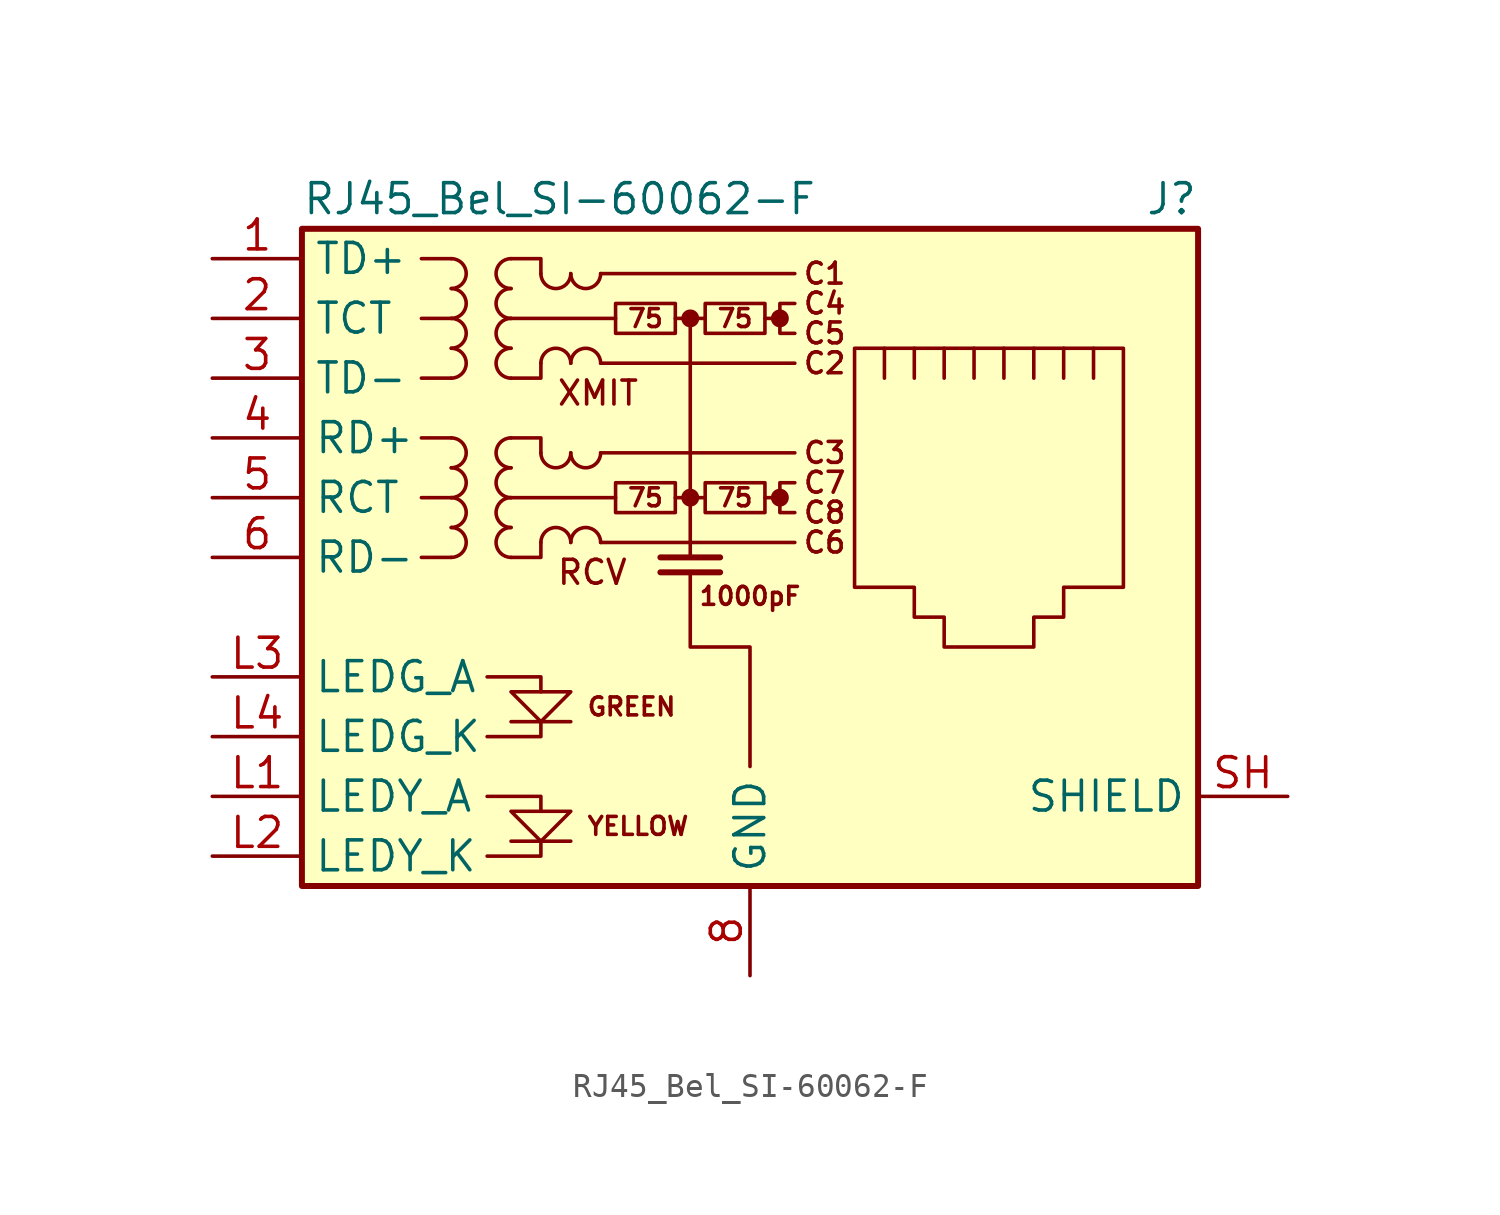
<source format=kicad_sym>
(kicad_symbol_lib
  (version 20220914)
  (generator kicad_symbol_editor)
  (symbol "RJ45_Bel_SI-60062-F"
    (property "Reference" "J"
      (at 19.05 15.24 0)
      (effects (font (size 1.27 1.27)) (justify right)))
    (property "Value" "RJ45_Bel_SI-60062-F"
      (at -19.05 15.24 0)
      (effects (font (size 1.27 1.27)) (justify left)))
    (symbol "RJ45_Bel_SI-60062-F_0_0"
      (circle (center -2.54 2.54) (radius 0.254) (stroke (width 0.254) (type solid)) (fill (type outline)))
      (circle (center -2.54 10.16) (radius 0.254) (stroke (width 0.254) (type solid)) (fill (type outline)))
      (polyline (pts (xy -7.62 -12.065) (xy -10.16 -12.065)) (stroke (width 0) (type solid)) (fill (type none)))
      (polyline (pts (xy -7.62 -6.985) (xy -10.16 -6.985)) (stroke (width 0) (type solid)) (fill (type none)))
      (polyline (pts (xy -2.54 10.16) (xy -2.54 0)) (stroke (width 0) (type solid)) (fill (type none)))
      (polyline (pts (xy -1.27 -0.635) (xy -3.81 -0.635)) (stroke (width 0.254) (type solid)) (fill (type none)))
      (polyline (pts (xy -1.27 0) (xy -3.81 0)) (stroke (width 0.254) (type solid)) (fill (type none)))
      (polyline (pts (xy 1.27 2.54) (xy 0.635 2.54)) (stroke (width 0) (type solid)) (fill (type none)))
      (polyline (pts (xy 1.27 10.16) (xy 0.635 10.16)) (stroke (width 0) (type solid)) (fill (type none)))
      (polyline (pts (xy -11.176 -12.7) (xy -8.89 -12.7) (xy -8.89 -12.065)) (stroke (width 0) (type solid)) (fill (type none)))
      (polyline (pts (xy -11.176 -10.16) (xy -8.89 -10.16) (xy -8.89 -10.795)) (stroke (width 0) (type solid)) (fill (type none)))
      (polyline (pts (xy -11.176 -5.08) (xy -8.89 -5.08) (xy -8.89 -5.715)) (stroke (width 0) (type solid)) (fill (type none)))
      (polyline (pts (xy -8.89 -6.985) (xy -8.89 -7.62) (xy -11.176 -7.62)) (stroke (width 0) (type solid)) (fill (type none)))
      (polyline (pts (xy -10.16 -5.715) (xy -7.62 -5.715) (xy -8.89 -6.985) (xy -10.16 -5.715)) (stroke (width 0) (type solid)) (fill (type none)))
      (polyline (pts (xy -7.62 -10.795) (xy -10.16 -10.795) (xy -8.89 -12.065) (xy -7.62 -10.795)) (stroke (width 0) (type solid)) (fill (type none)))
      (polyline (pts (xy -2.54 -0.635) (xy -2.54 -3.81) (xy 0 -3.81) (xy 0 -8.89)) (stroke (width 0) (type solid)) (fill (type none)))
      (polyline (pts (xy 1.905 3.175) (xy 1.27 3.175) (xy 1.27 1.905) (xy 1.905 1.905)) (stroke (width 0) (type solid)) (fill (type none)))
      (polyline (pts (xy 1.905 10.795) (xy 1.27 10.795) (xy 1.27 9.525) (xy 1.905 9.525)) (stroke (width 0) (type solid)) (fill (type none)))
      (circle (center 1.27 2.54) (radius 0.254) (stroke (width 0.254) (type solid)) (fill (type outline)))
      (circle (center 1.27 10.16) (radius 0.254) (stroke (width 0.254) (type solid)) (fill (type outline)))
      (text "1000pF" (at 0 -1.651 0) (effects (font (size 0.762 0.762))))
      (text "75" (at -4.445 2.54 0) (effects (font (size 0.762 0.762))))
      (text "75" (at -4.445 10.16 0) (effects (font (size 0.762 0.762))))
      (text "75" (at -0.635 2.54 0) (effects (font (size 0.762 0.762))))
      (text "75" (at -0.635 10.16 0) (effects (font (size 0.762 0.762))))
      (text "C1" (at 3.175 12.065 0) (effects (font (size 0.889 0.889))))
      (text "C2" (at 3.175 8.255 0) (effects (font (size 0.889 0.889))))
      (text "C3" (at 3.175 4.445 0) (effects (font (size 0.889 0.889))))
      (text "C4" (at 3.175 10.795 0) (effects (font (size 0.889 0.889))))
      (text "C5" (at 3.175 9.525 0) (effects (font (size 0.889 0.889))))
      (text "C6" (at 3.175 0.635 0) (effects (font (size 0.889 0.889))))
      (text "C7" (at 3.175 3.175 0) (effects (font (size 0.889 0.889))))
      (text "C8" (at 3.175 1.905 0) (effects (font (size 0.889 0.889))))
      (text "GREEN" (at -6.985 -6.35 0) (effects (font (size 0.762 0.762)) (justify left)))
      (text "RCV" (at -8.255 -0.635 0) (effects (font (size 1.016 1.016)) (justify left)))
      (text "XMIT" (at -8.255 6.985 0) (effects (font (size 1.016 1.016)) (justify left)))
      (text "YELLOW" (at -6.985 -11.43 0) (effects (font (size 0.762 0.762)) (justify left))))
    (symbol "RJ45_Bel_SI-60062-F_0_1"
      (rectangle (start -19.05 -13.97) (end 19.05 13.97) (stroke (width 0.254) (type solid)) (fill (type background)))
      (arc (start -12.7 0) (mid -12.0677 0.635) (end -12.7 1.27) (stroke (width 0) (type solid)) (fill (type none)))
      (arc (start -12.7 1.27) (mid -12.0677 1.905) (end -12.7 2.54) (stroke (width 0) (type solid)) (fill (type none)))
      (arc (start -12.7 2.54) (mid -12.0677 3.175) (end -12.7 3.81) (stroke (width 0) (type solid)) (fill (type none)))
      (arc (start -12.7 3.81) (mid -12.0677 4.445) (end -12.7 5.08) (stroke (width 0) (type solid)) (fill (type none)))
      (arc (start -12.7 7.62) (mid -12.0677 8.255) (end -12.7 8.89) (stroke (width 0) (type solid)) (fill (type none)))
      (arc (start -12.7 8.89) (mid -12.0677 9.525) (end -12.7 10.16) (stroke (width 0) (type solid)) (fill (type none)))
      (arc (start -12.7 10.16) (mid -12.0677 10.795) (end -12.7 11.43) (stroke (width 0) (type solid)) (fill (type none)))
      (arc (start -12.7 11.43) (mid -12.0677 12.065) (end -12.7 12.7) (stroke (width 0) (type solid)) (fill (type none)))
      (arc (start -10.16 1.27) (mid -10.7923 0.635) (end -10.16 0) (stroke (width 0) (type solid)) (fill (type none)))
      (arc (start -10.16 2.54) (mid -10.7923 1.905) (end -10.16 1.27) (stroke (width 0) (type solid)) (fill (type none)))
      (arc (start -10.16 3.81) (mid -10.7923 3.175) (end -10.16 2.54) (stroke (width 0) (type solid)) (fill (type none)))
      (arc (start -10.16 5.08) (mid -10.7923 4.445) (end -10.16 3.81) (stroke (width 0) (type solid)) (fill (type none)))
      (arc (start -10.16 8.89) (mid -10.7923 8.255) (end -10.16 7.62) (stroke (width 0) (type solid)) (fill (type none)))
      (arc (start -10.16 10.16) (mid -10.7923 9.525) (end -10.16 8.89) (stroke (width 0) (type solid)) (fill (type none)))
      (arc (start -10.16 11.43) (mid -10.7923 10.795) (end -10.16 10.16) (stroke (width 0) (type solid)) (fill (type none)))
      (arc (start -10.16 12.7) (mid -10.7923 12.065) (end -10.16 11.43) (stroke (width 0) (type solid)) (fill (type none)))
      (arc (start -8.89 4.445) (mid -8.255 3.8127) (end -7.62 4.445) (stroke (width 0) (type solid)) (fill (type none)))
      (arc (start -8.89 12.065) (mid -8.255 11.4327) (end -7.62 12.065) (stroke (width 0) (type solid)) (fill (type none)))
      (arc (start -7.62 0.635) (mid -8.255 1.2673) (end -8.89 0.635) (stroke (width 0) (type solid)) (fill (type none)))
      (arc (start -7.62 4.445) (mid -6.985 3.8127) (end -6.35 4.445) (stroke (width 0) (type solid)) (fill (type none)))
      (arc (start -7.62 8.255) (mid -8.255 8.8873) (end -8.89 8.255) (stroke (width 0) (type solid)) (fill (type none)))
      (arc (start -7.62 12.065) (mid -6.985 11.4327) (end -6.35 12.065) (stroke (width 0) (type solid)) (fill (type none)))
      (arc (start -6.35 0.635) (mid -6.985 1.2673) (end -7.62 0.635) (stroke (width 0) (type solid)) (fill (type none)))
      (arc (start -6.35 8.255) (mid -6.985 8.8873) (end -7.62 8.255) (stroke (width 0) (type solid)) (fill (type none)))
      (rectangle (start -5.715 3.175) (end -3.175 1.905) (stroke (width 0) (type solid)) (fill (type none)))
      (rectangle (start -5.715 10.795) (end -3.175 9.525) (stroke (width 0) (type solid)) (fill (type none)))
      (rectangle (start -1.905 3.175) (end 0.635 1.905) (stroke (width 0) (type solid)) (fill (type none)))
      (rectangle (start -1.905 10.795) (end 0.635 9.525) (stroke (width 0) (type solid)) (fill (type none)))
      (polyline (pts (xy -12.7 0) (xy -13.97 0)) (stroke (width 0) (type solid)) (fill (type none)))
      (polyline (pts (xy -12.7 2.54) (xy -13.97 2.54)) (stroke (width 0) (type solid)) (fill (type none)))
      (polyline (pts (xy -12.7 5.08) (xy -13.97 5.08)) (stroke (width 0) (type solid)) (fill (type none)))
      (polyline (pts (xy -12.7 7.62) (xy -13.97 7.62)) (stroke (width 0) (type solid)) (fill (type none)))
      (polyline (pts (xy -12.7 10.16) (xy -13.97 10.16)) (stroke (width 0) (type solid)) (fill (type none)))
      (polyline (pts (xy -12.7 12.7) (xy -13.97 12.7)) (stroke (width 0) (type solid)) (fill (type none)))
      (polyline (pts (xy -6.35 0.635) (xy 1.905 0.635)) (stroke (width 0) (type solid)) (fill (type none)))
      (polyline (pts (xy -6.35 4.445) (xy 1.905 4.445)) (stroke (width 0) (type solid)) (fill (type none)))
      (polyline (pts (xy -6.35 8.255) (xy 1.905 8.255)) (stroke (width 0) (type solid)) (fill (type none)))
      (polyline (pts (xy -6.35 12.065) (xy 1.905 12.065)) (stroke (width 0) (type solid)) (fill (type none)))
      (polyline (pts (xy -5.715 2.54) (xy -10.16 2.54)) (stroke (width 0) (type solid)) (fill (type none)))
      (polyline (pts (xy -5.715 10.16) (xy -10.16 10.16)) (stroke (width 0) (type solid)) (fill (type none)))
      (polyline (pts (xy -3.175 2.54) (xy -1.905 2.54)) (stroke (width 0) (type solid)) (fill (type none)))
      (polyline (pts (xy -3.175 10.16) (xy -1.905 10.16)) (stroke (width 0) (type solid)) (fill (type none)))
      (polyline (pts (xy 5.715 7.62) (xy 5.715 8.89)) (stroke (width 0) (type solid)) (fill (type none)))
      (polyline (pts (xy 6.985 8.89) (xy 6.985 7.62)) (stroke (width 0) (type solid)) (fill (type none)))
      (polyline (pts (xy 8.255 8.89) (xy 8.255 7.62)) (stroke (width 0) (type solid)) (fill (type none)))
      (polyline (pts (xy 9.525 8.89) (xy 9.525 7.62)) (stroke (width 0) (type solid)) (fill (type none)))
      (polyline (pts (xy 10.795 8.89) (xy 10.795 7.62)) (stroke (width 0) (type solid)) (fill (type none)))
      (polyline (pts (xy 12.065 8.89) (xy 12.065 7.62)) (stroke (width 0) (type solid)) (fill (type none)))
      (polyline (pts (xy 13.335 7.62) (xy 13.335 8.89)) (stroke (width 0) (type solid)) (fill (type none)))
      (polyline (pts (xy 14.605 7.62) (xy 14.605 8.89)) (stroke (width 0) (type solid)) (fill (type none)))
      (polyline (pts (xy -10.16 5.08) (xy -8.89 5.08) (xy -8.89 4.445)) (stroke (width 0) (type solid)) (fill (type none)))
      (polyline (pts (xy -10.16 12.7) (xy -8.89 12.7) (xy -8.89 12.065)) (stroke (width 0) (type solid)) (fill (type none)))
      (polyline (pts (xy -8.89 0.635) (xy -8.89 0) (xy -10.16 0)) (stroke (width 0) (type solid)) (fill (type none)))
      (polyline (pts (xy -8.89 8.255) (xy -8.89 7.62) (xy -10.16 7.62)) (stroke (width 0) (type solid)) (fill (type none)))
      (polyline (pts (xy 4.445 8.89) (xy 15.875 8.89) (xy 15.875 -1.27) (xy 13.335 -1.27) (xy 13.335 -2.54) (xy 12.065 -2.54) (xy 12.065 -3.81) (xy 8.255 -3.81) (xy 8.255 -2.54) (xy 6.985 -2.54) (xy 6.985 -1.27) (xy 4.445 -1.27) (xy 4.445 8.89)) (stroke (width 0) (type solid)) (fill (type none))))
    (symbol "RJ45_Bel_SI-60062-F_1_1"
      (pin passive line (at -22.86 12.7 0) (length 3.81) (name "TD+" (effects (font (size 1.27 1.27)))) (number "1" (effects (font (size 1.27 1.27)))))
      (pin passive line (at -22.86 10.16 0) (length 3.81) (name "TCT" (effects (font (size 1.27 1.27)))) (number "2" (effects (font (size 1.27 1.27)))))
      (pin passive line (at -22.86 7.62 0) (length 3.81) (name "TD-" (effects (font (size 1.27 1.27)))) (number "3" (effects (font (size 1.27 1.27)))))
      (pin passive line (at -22.86 5.08 0) (length 3.81) (name "RD+" (effects (font (size 1.27 1.27)))) (number "4" (effects (font (size 1.27 1.27)))))
      (pin passive line (at -22.86 2.54 0) (length 3.81) (name "RCT" (effects (font (size 1.27 1.27)))) (number "5" (effects (font (size 1.27 1.27)))))
      (pin passive line (at -22.86 0 0) (length 3.81) (name "RD-" (effects (font (size 1.27 1.27)))) (number "6" (effects (font (size 1.27 1.27)))))
      (pin no_connect line (at 5.08 -5.08 0) (length 0) hide (name "NC" (effects (font (size 1.27 1.27)))) (number "7" (effects (font (size 1.27 1.27)))))
      (pin power_in line (at 0 -17.78 90) (length 3.81) (name "GND" (effects (font (size 1.27 1.27)))) (number "8" (effects (font (size 1.27 1.27)))))
      (pin passive line (at -22.86 -10.16 0) (length 3.81) (name "LEDY_A" (effects (font (size 1.27 1.27)))) (number "L1" (effects (font (size 1.27 1.27)))))
      (pin passive line (at -22.86 -12.7 0) (length 3.81) (name "LEDY_K" (effects (font (size 1.27 1.27)))) (number "L2" (effects (font (size 1.27 1.27)))))
      (pin passive line (at -22.86 -5.08 0) (length 3.81) (name "LEDG_A" (effects (font (size 1.27 1.27)))) (number "L3" (effects (font (size 1.27 1.27)))))
      (pin passive line (at -22.86 -7.62 0) (length 3.81) (name "LEDG_K" (effects (font (size 1.27 1.27)))) (number "L4" (effects (font (size 1.27 1.27)))))
      (pin passive line (at 22.86 -10.16 180) (length 3.81) (name "SHIELD" (effects (font (size 1.27 1.27)))) (number "SH" (effects (font (size 1.27 1.27))))))))
</source>
